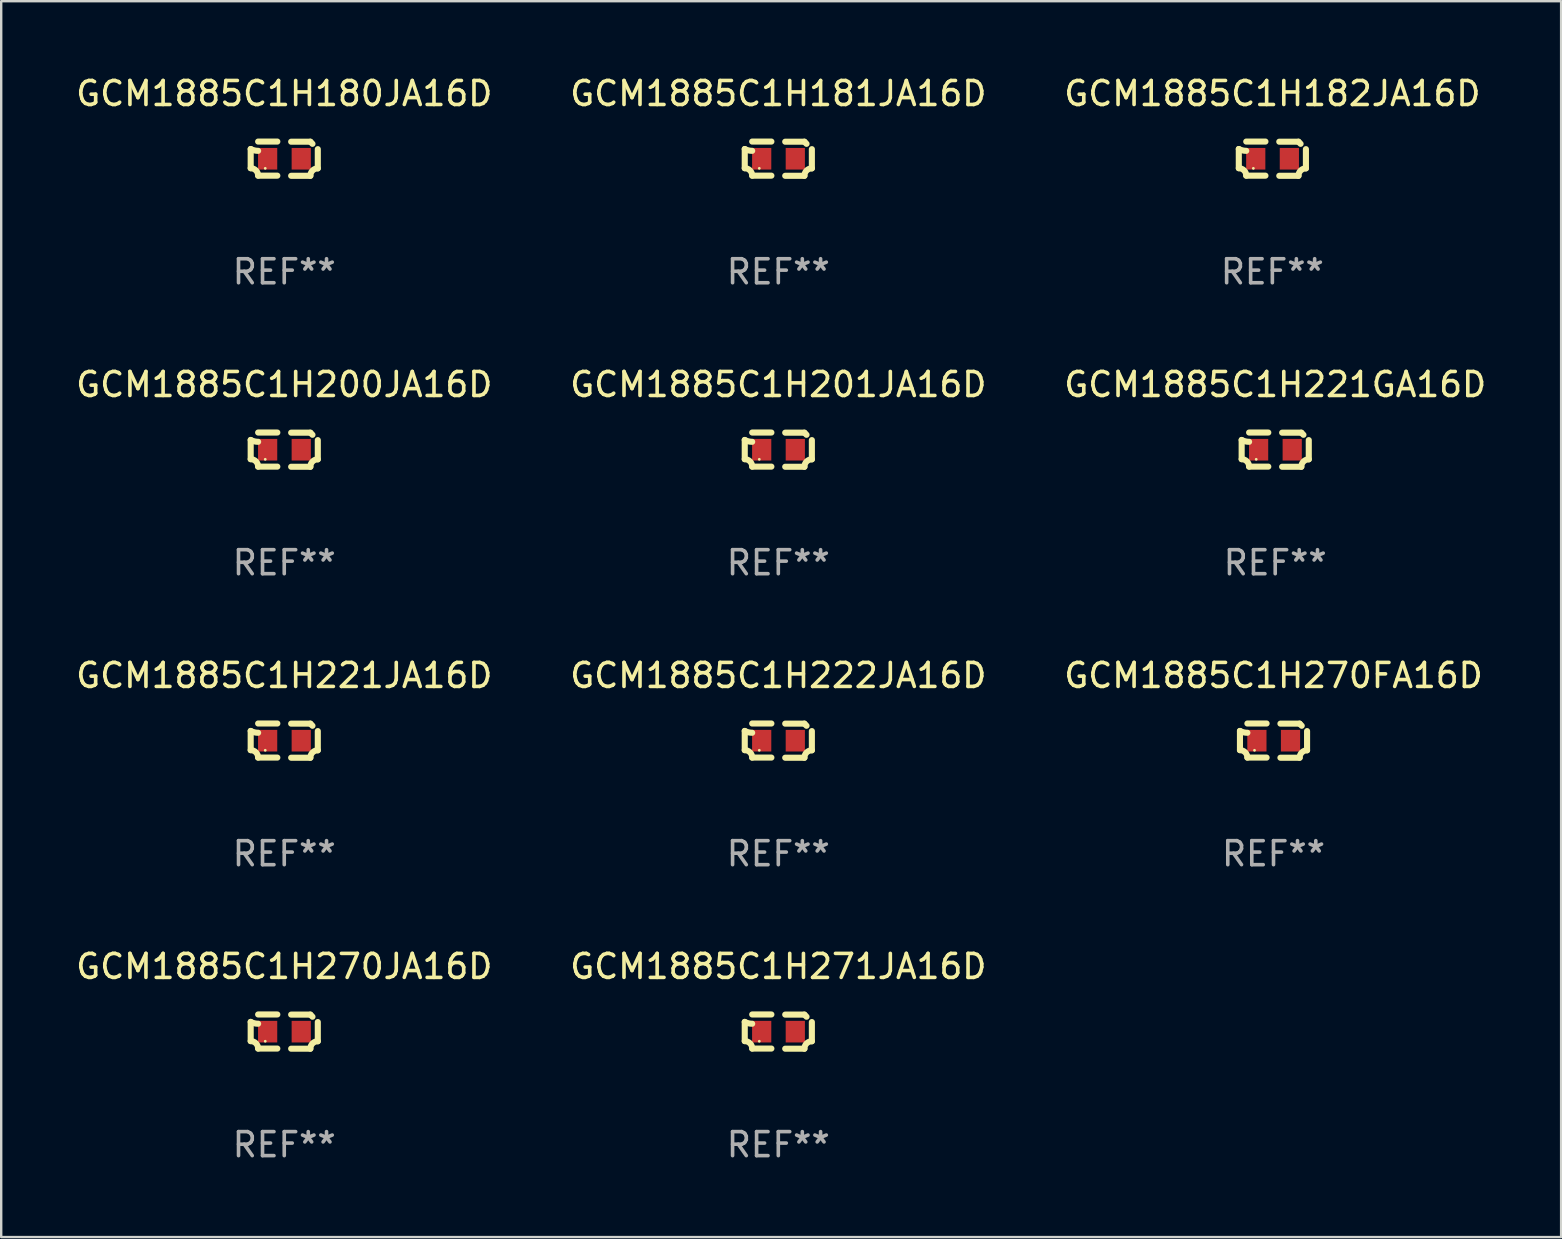
<source format=kicad_pcb>
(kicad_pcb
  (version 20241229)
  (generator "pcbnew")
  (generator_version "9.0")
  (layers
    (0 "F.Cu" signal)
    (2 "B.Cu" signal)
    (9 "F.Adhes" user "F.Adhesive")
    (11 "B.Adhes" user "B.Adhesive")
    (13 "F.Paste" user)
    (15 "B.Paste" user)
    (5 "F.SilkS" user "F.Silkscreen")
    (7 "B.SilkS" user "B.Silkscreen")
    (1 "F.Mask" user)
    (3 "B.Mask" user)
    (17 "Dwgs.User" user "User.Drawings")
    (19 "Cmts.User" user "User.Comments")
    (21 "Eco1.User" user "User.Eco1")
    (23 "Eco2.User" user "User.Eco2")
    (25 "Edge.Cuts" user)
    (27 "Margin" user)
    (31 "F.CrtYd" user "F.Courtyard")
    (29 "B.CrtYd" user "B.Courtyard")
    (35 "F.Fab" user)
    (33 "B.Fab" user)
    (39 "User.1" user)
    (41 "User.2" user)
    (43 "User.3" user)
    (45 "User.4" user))
  (footprint "GCM1885C1H270JA16D"
    (layer "F.Cu")
    (at 8.792 39.927)
    (property "Reference" "GCM1885C1H270JA16D" (at 0 -2.713 0) (layer "F.SilkS") (effects (font (size 1 1) (thickness 0.15))))
    (attr through_hole)
    (fp_line (start -1.398 -0.403) (end -1.398 0.397) (stroke (width 0.254) (type solid)) (layer "F.SilkS"))
    (fp_line (start -0.288 -0.713) (end -1.088 -0.713) (stroke (width 0.254) (type solid)) (layer "F.SilkS"))
    (fp_line (start -0.288 0.707) (end -1.088 0.707) (stroke (width 0.254) (type solid)) (layer "F.SilkS"))
    (fp_line (start 0.288 -0.707) (end 1.088 -0.707) (stroke (width 0.254) (type solid)) (layer "F.SilkS"))
    (fp_line (start 0.288 0.713) (end 1.088 0.713) (stroke (width 0.254) (type solid)) (layer "F.SilkS"))
    (fp_line (start 1.398 -0.397) (end 1.398 0.403) (stroke (width 0.254) (type solid)) (layer "F.SilkS"))
    (fp_arc (start -1.397789 0.397066) (mid -1.178701 0.487826) (end -1.08796 0.706922) (stroke (width 0.254001) (type solid)) (layer "F.SilkS"))
    (fp_arc (start -1.08796 -0.327176) (mid -1.247436 -0.346384) (end -1.39779 -0.402908) (stroke (width 0.254001) (type solid)) (layer "F.SilkS"))
    (fp_arc (start 1.087909 0.712738) (mid 1.178656 0.493655) (end 1.397739 0.402908) (stroke (width 0.254001) (type solid)) (layer "F.SilkS"))
    (fp_arc (start 1.175925 -0.618926) (mid 1.131917 -0.662923) (end 1.08791 -0.706922) (stroke (width 0.254001) (type solid)) (layer "F.SilkS"))
    (fp_circle (center -0.792 0.403) (end -0.762 0.403) (stroke (width 0.06) (type solid)) (fill no) (layer "F.SilkS"))
    (fp_text user "REF**" (at 0 4.713 0) (layer "F.Fab") (effects (font (size 1 1) (thickness 0.15))))
    (pad "1" smd rect (at -0.692 0.003) (size 0.8 0.9) (layers "F.Cu" "F.Mask" "F.Paste"))
    (pad "2" smd rect (at 0.708 0.003) (size 0.8 0.9) (layers "F.Cu" "F.Mask" "F.Paste")))
  (footprint "GCM1885C1H200JA16D"
    (layer "F.Cu")
    (at 8.792 15.683)
    (property "Reference" "GCM1885C1H200JA16D" (at 0 -2.713 0) (layer "F.SilkS") (effects (font (size 1 1) (thickness 0.15))))
    (attr through_hole)
    (fp_line (start -1.398 -0.403) (end -1.398 0.397) (stroke (width 0.254) (type solid)) (layer "F.SilkS"))
    (fp_line (start -0.288 -0.713) (end -1.088 -0.713) (stroke (width 0.254) (type solid)) (layer "F.SilkS"))
    (fp_line (start -0.288 0.707) (end -1.088 0.707) (stroke (width 0.254) (type solid)) (layer "F.SilkS"))
    (fp_line (start 0.288 -0.707) (end 1.088 -0.707) (stroke (width 0.254) (type solid)) (layer "F.SilkS"))
    (fp_line (start 0.288 0.713) (end 1.088 0.713) (stroke (width 0.254) (type solid)) (layer "F.SilkS"))
    (fp_line (start 1.398 -0.397) (end 1.398 0.403) (stroke (width 0.254) (type solid)) (layer "F.SilkS"))
    (fp_arc (start -1.397789 0.397066) (mid -1.178701 0.487826) (end -1.08796 0.706922) (stroke (width 0.254001) (type solid)) (layer "F.SilkS"))
    (fp_arc (start -1.08796 -0.327176) (mid -1.247436 -0.346384) (end -1.39779 -0.402908) (stroke (width 0.254001) (type solid)) (layer "F.SilkS"))
    (fp_arc (start 1.087909 0.712738) (mid 1.178656 0.493655) (end 1.397739 0.402908) (stroke (width 0.254001) (type solid)) (layer "F.SilkS"))
    (fp_arc (start 1.175925 -0.618926) (mid 1.131917 -0.662923) (end 1.08791 -0.706922) (stroke (width 0.254001) (type solid)) (layer "F.SilkS"))
    (fp_circle (center -0.792 0.403) (end -0.762 0.403) (stroke (width 0.06) (type solid)) (fill no) (layer "F.SilkS"))
    (fp_text user "REF**" (at 0 4.713 0) (layer "F.Fab") (effects (font (size 1 1) (thickness 0.15))))
    (pad "1" smd rect (at -0.692 0.003) (size 0.8 0.9) (layers "F.Cu" "F.Mask" "F.Paste"))
    (pad "2" smd rect (at 0.708 0.003) (size 0.8 0.9) (layers "F.Cu" "F.Mask" "F.Paste")))
  (footprint "GCM1885C1H180JA16D"
    (layer "F.Cu")
    (at 8.792 3.561)
    (property "Reference" "GCM1885C1H180JA16D" (at 0 -2.713 0) (layer "F.SilkS") (effects (font (size 1 1) (thickness 0.15))))
    (attr through_hole)
    (fp_line (start -1.398 -0.403) (end -1.398 0.397) (stroke (width 0.254) (type solid)) (layer "F.SilkS"))
    (fp_line (start -0.288 -0.713) (end -1.088 -0.713) (stroke (width 0.254) (type solid)) (layer "F.SilkS"))
    (fp_line (start -0.288 0.707) (end -1.088 0.707) (stroke (width 0.254) (type solid)) (layer "F.SilkS"))
    (fp_line (start 0.288 -0.707) (end 1.088 -0.707) (stroke (width 0.254) (type solid)) (layer "F.SilkS"))
    (fp_line (start 0.288 0.713) (end 1.088 0.713) (stroke (width 0.254) (type solid)) (layer "F.SilkS"))
    (fp_line (start 1.398 -0.397) (end 1.398 0.403) (stroke (width 0.254) (type solid)) (layer "F.SilkS"))
    (fp_arc (start -1.397789 0.397066) (mid -1.178701 0.487826) (end -1.08796 0.706922) (stroke (width 0.254001) (type solid)) (layer "F.SilkS"))
    (fp_arc (start -1.08796 -0.327176) (mid -1.247436 -0.346384) (end -1.39779 -0.402908) (stroke (width 0.254001) (type solid)) (layer "F.SilkS"))
    (fp_arc (start 1.087909 0.712738) (mid 1.178656 0.493655) (end 1.397739 0.402908) (stroke (width 0.254001) (type solid)) (layer "F.SilkS"))
    (fp_arc (start 1.175925 -0.618926) (mid 1.131917 -0.662923) (end 1.08791 -0.706922) (stroke (width 0.254001) (type solid)) (layer "F.SilkS"))
    (fp_circle (center -0.792 0.403) (end -0.762 0.403) (stroke (width 0.06) (type solid)) (fill no) (layer "F.SilkS"))
    (fp_text user "REF**" (at 0 4.713 0) (layer "F.Fab") (effects (font (size 1 1) (thickness 0.15))))
    (pad "1" smd rect (at -0.692 0.003) (size 0.8 0.9) (layers "F.Cu" "F.Mask" "F.Paste"))
    (pad "2" smd rect (at 0.708 0.003) (size 0.8 0.9) (layers "F.Cu" "F.Mask" "F.Paste")))
  (footprint "GCM1885C1H270FA16D"
    (layer "F.Cu")
    (at 50.006 27.805)
    (property "Reference" "GCM1885C1H270FA16D" (at 0 -2.713 0) (layer "F.SilkS") (effects (font (size 1 1) (thickness 0.15))))
    (attr through_hole)
    (fp_line (start -1.398 -0.403) (end -1.398 0.397) (stroke (width 0.254) (type solid)) (layer "F.SilkS"))
    (fp_line (start -0.288 -0.713) (end -1.088 -0.713) (stroke (width 0.254) (type solid)) (layer "F.SilkS"))
    (fp_line (start -0.288 0.707) (end -1.088 0.707) (stroke (width 0.254) (type solid)) (layer "F.SilkS"))
    (fp_line (start 0.288 -0.707) (end 1.088 -0.707) (stroke (width 0.254) (type solid)) (layer "F.SilkS"))
    (fp_line (start 0.288 0.713) (end 1.088 0.713) (stroke (width 0.254) (type solid)) (layer "F.SilkS"))
    (fp_line (start 1.398 -0.397) (end 1.398 0.403) (stroke (width 0.254) (type solid)) (layer "F.SilkS"))
    (fp_arc (start -1.397789 0.397066) (mid -1.178701 0.487826) (end -1.08796 0.706922) (stroke (width 0.254001) (type solid)) (layer "F.SilkS"))
    (fp_arc (start -1.08796 -0.327176) (mid -1.247436 -0.346384) (end -1.39779 -0.402908) (stroke (width 0.254001) (type solid)) (layer "F.SilkS"))
    (fp_arc (start 1.087909 0.712738) (mid 1.178656 0.493655) (end 1.397739 0.402908) (stroke (width 0.254001) (type solid)) (layer "F.SilkS"))
    (fp_arc (start 1.175925 -0.618926) (mid 1.131917 -0.662923) (end 1.08791 -0.706922) (stroke (width 0.254001) (type solid)) (layer "F.SilkS"))
    (fp_circle (center -0.792 0.403) (end -0.762 0.403) (stroke (width 0.06) (type solid)) (fill no) (layer "F.SilkS"))
    (fp_text user "REF**" (at 0 4.713 0) (layer "F.Fab") (effects (font (size 1 1) (thickness 0.15))))
    (pad "1" smd rect (at -0.692 0.003) (size 0.8 0.9) (layers "F.Cu" "F.Mask" "F.Paste"))
    (pad "2" smd rect (at 0.708 0.003) (size 0.8 0.9) (layers "F.Cu" "F.Mask" "F.Paste")))
  (footprint "GCM1885C1H182JA16D"
    (layer "F.Cu")
    (at 49.958 3.561)
    (property "Reference" "GCM1885C1H182JA16D" (at 0 -2.713 0) (layer "F.SilkS") (effects (font (size 1 1) (thickness 0.15))))
    (attr through_hole)
    (fp_line (start -1.398 -0.403) (end -1.398 0.397) (stroke (width 0.254) (type solid)) (layer "F.SilkS"))
    (fp_line (start -0.288 -0.713) (end -1.088 -0.713) (stroke (width 0.254) (type solid)) (layer "F.SilkS"))
    (fp_line (start -0.288 0.707) (end -1.088 0.707) (stroke (width 0.254) (type solid)) (layer "F.SilkS"))
    (fp_line (start 0.288 -0.707) (end 1.088 -0.707) (stroke (width 0.254) (type solid)) (layer "F.SilkS"))
    (fp_line (start 0.288 0.713) (end 1.088 0.713) (stroke (width 0.254) (type solid)) (layer "F.SilkS"))
    (fp_line (start 1.398 -0.397) (end 1.398 0.403) (stroke (width 0.254) (type solid)) (layer "F.SilkS"))
    (fp_arc (start -1.397789 0.397066) (mid -1.178701 0.487826) (end -1.08796 0.706922) (stroke (width 0.254001) (type solid)) (layer "F.SilkS"))
    (fp_arc (start -1.08796 -0.327176) (mid -1.247436 -0.346384) (end -1.39779 -0.402908) (stroke (width 0.254001) (type solid)) (layer "F.SilkS"))
    (fp_arc (start 1.087909 0.712738) (mid 1.178656 0.493655) (end 1.397739 0.402908) (stroke (width 0.254001) (type solid)) (layer "F.SilkS"))
    (fp_arc (start 1.175925 -0.618926) (mid 1.131917 -0.662923) (end 1.08791 -0.706922) (stroke (width 0.254001) (type solid)) (layer "F.SilkS"))
    (fp_circle (center -0.792 0.403) (end -0.762 0.403) (stroke (width 0.06) (type solid)) (fill no) (layer "F.SilkS"))
    (fp_text user "REF**" (at 0 4.713 0) (layer "F.Fab") (effects (font (size 1 1) (thickness 0.15))))
    (pad "1" smd rect (at -0.692 0.003) (size 0.8 0.9) (layers "F.Cu" "F.Mask" "F.Paste"))
    (pad "2" smd rect (at 0.708 0.003) (size 0.8 0.9) (layers "F.Cu" "F.Mask" "F.Paste")))
  (footprint "GCM1885C1H181JA16D"
    (layer "F.Cu")
    (at 29.375 3.561)
    (property "Reference" "GCM1885C1H181JA16D" (at 0 -2.713 0) (layer "F.SilkS") (effects (font (size 1 1) (thickness 0.15))))
    (attr through_hole)
    (fp_line (start -1.398 -0.403) (end -1.398 0.397) (stroke (width 0.254) (type solid)) (layer "F.SilkS"))
    (fp_line (start -0.288 -0.713) (end -1.088 -0.713) (stroke (width 0.254) (type solid)) (layer "F.SilkS"))
    (fp_line (start -0.288 0.707) (end -1.088 0.707) (stroke (width 0.254) (type solid)) (layer "F.SilkS"))
    (fp_line (start 0.288 -0.707) (end 1.088 -0.707) (stroke (width 0.254) (type solid)) (layer "F.SilkS"))
    (fp_line (start 0.288 0.713) (end 1.088 0.713) (stroke (width 0.254) (type solid)) (layer "F.SilkS"))
    (fp_line (start 1.398 -0.397) (end 1.398 0.403) (stroke (width 0.254) (type solid)) (layer "F.SilkS"))
    (fp_arc (start -1.397789 0.397066) (mid -1.178701 0.487826) (end -1.08796 0.706922) (stroke (width 0.254001) (type solid)) (layer "F.SilkS"))
    (fp_arc (start -1.08796 -0.327176) (mid -1.247436 -0.346384) (end -1.39779 -0.402908) (stroke (width 0.254001) (type solid)) (layer "F.SilkS"))
    (fp_arc (start 1.087909 0.712738) (mid 1.178656 0.493655) (end 1.397739 0.402908) (stroke (width 0.254001) (type solid)) (layer "F.SilkS"))
    (fp_arc (start 1.175925 -0.618926) (mid 1.131917 -0.662923) (end 1.08791 -0.706922) (stroke (width 0.254001) (type solid)) (layer "F.SilkS"))
    (fp_circle (center -0.792 0.403) (end -0.762 0.403) (stroke (width 0.06) (type solid)) (fill no) (layer "F.SilkS"))
    (fp_text user "REF**" (at 0 4.713 0) (layer "F.Fab") (effects (font (size 1 1) (thickness 0.15))))
    (pad "1" smd rect (at -0.692 0.003) (size 0.8 0.9) (layers "F.Cu" "F.Mask" "F.Paste"))
    (pad "2" smd rect (at 0.708 0.003) (size 0.8 0.9) (layers "F.Cu" "F.Mask" "F.Paste")))
  (footprint "GCM1885C1H221JA16D"
    (layer "F.Cu")
    (at 8.792 27.805)
    (property "Reference" "GCM1885C1H221JA16D" (at 0 -2.713 0) (layer "F.SilkS") (effects (font (size 1 1) (thickness 0.15))))
    (attr through_hole)
    (fp_line (start -1.398 -0.403) (end -1.398 0.397) (stroke (width 0.254) (type solid)) (layer "F.SilkS"))
    (fp_line (start -0.288 -0.713) (end -1.088 -0.713) (stroke (width 0.254) (type solid)) (layer "F.SilkS"))
    (fp_line (start -0.288 0.707) (end -1.088 0.707) (stroke (width 0.254) (type solid)) (layer "F.SilkS"))
    (fp_line (start 0.288 -0.707) (end 1.088 -0.707) (stroke (width 0.254) (type solid)) (layer "F.SilkS"))
    (fp_line (start 0.288 0.713) (end 1.088 0.713) (stroke (width 0.254) (type solid)) (layer "F.SilkS"))
    (fp_line (start 1.398 -0.397) (end 1.398 0.403) (stroke (width 0.254) (type solid)) (layer "F.SilkS"))
    (fp_arc (start -1.397789 0.397066) (mid -1.178701 0.487826) (end -1.08796 0.706922) (stroke (width 0.254001) (type solid)) (layer "F.SilkS"))
    (fp_arc (start -1.08796 -0.327176) (mid -1.247436 -0.346384) (end -1.39779 -0.402908) (stroke (width 0.254001) (type solid)) (layer "F.SilkS"))
    (fp_arc (start 1.087909 0.712738) (mid 1.178656 0.493655) (end 1.397739 0.402908) (stroke (width 0.254001) (type solid)) (layer "F.SilkS"))
    (fp_arc (start 1.175925 -0.618926) (mid 1.131917 -0.662923) (end 1.08791 -0.706922) (stroke (width 0.254001) (type solid)) (layer "F.SilkS"))
    (fp_circle (center -0.792 0.403) (end -0.762 0.403) (stroke (width 0.06) (type solid)) (fill no) (layer "F.SilkS"))
    (fp_text user "REF**" (at 0 4.713 0) (layer "F.Fab") (effects (font (size 1 1) (thickness 0.15))))
    (pad "1" smd rect (at -0.692 0.003) (size 0.8 0.9) (layers "F.Cu" "F.Mask" "F.Paste"))
    (pad "2" smd rect (at 0.708 0.003) (size 0.8 0.9) (layers "F.Cu" "F.Mask" "F.Paste")))
  (footprint "GCM1885C1H221GA16D"
    (layer "F.Cu")
    (at 50.077 15.683)
    (property "Reference" "GCM1885C1H221GA16D" (at 0 -2.713 0) (layer "F.SilkS") (effects (font (size 1 1) (thickness 0.15))))
    (attr through_hole)
    (fp_line (start -1.398 -0.403) (end -1.398 0.397) (stroke (width 0.254) (type solid)) (layer "F.SilkS"))
    (fp_line (start -0.288 -0.713) (end -1.088 -0.713) (stroke (width 0.254) (type solid)) (layer "F.SilkS"))
    (fp_line (start -0.288 0.707) (end -1.088 0.707) (stroke (width 0.254) (type solid)) (layer "F.SilkS"))
    (fp_line (start 0.288 -0.707) (end 1.088 -0.707) (stroke (width 0.254) (type solid)) (layer "F.SilkS"))
    (fp_line (start 0.288 0.713) (end 1.088 0.713) (stroke (width 0.254) (type solid)) (layer "F.SilkS"))
    (fp_line (start 1.398 -0.397) (end 1.398 0.403) (stroke (width 0.254) (type solid)) (layer "F.SilkS"))
    (fp_arc (start -1.397789 0.397066) (mid -1.178701 0.487826) (end -1.08796 0.706922) (stroke (width 0.254001) (type solid)) (layer "F.SilkS"))
    (fp_arc (start -1.08796 -0.327176) (mid -1.247436 -0.346384) (end -1.39779 -0.402908) (stroke (width 0.254001) (type solid)) (layer "F.SilkS"))
    (fp_arc (start 1.087909 0.712738) (mid 1.178656 0.493655) (end 1.397739 0.402908) (stroke (width 0.254001) (type solid)) (layer "F.SilkS"))
    (fp_arc (start 1.175925 -0.618926) (mid 1.131917 -0.662923) (end 1.08791 -0.706922) (stroke (width 0.254001) (type solid)) (layer "F.SilkS"))
    (fp_circle (center -0.792 0.403) (end -0.762 0.403) (stroke (width 0.06) (type solid)) (fill no) (layer "F.SilkS"))
    (fp_text user "REF**" (at 0 4.713 0) (layer "F.Fab") (effects (font (size 1 1) (thickness 0.15))))
    (pad "1" smd rect (at -0.692 0.003) (size 0.8 0.9) (layers "F.Cu" "F.Mask" "F.Paste"))
    (pad "2" smd rect (at 0.708 0.003) (size 0.8 0.9) (layers "F.Cu" "F.Mask" "F.Paste")))
  (footprint "GCM1885C1H271JA16D"
    (layer "F.Cu")
    (at 29.375 39.927)
    (property "Reference" "GCM1885C1H271JA16D" (at 0 -2.713 0) (layer "F.SilkS") (effects (font (size 1 1) (thickness 0.15))))
    (attr through_hole)
    (fp_line (start -1.398 -0.403) (end -1.398 0.397) (stroke (width 0.254) (type solid)) (layer "F.SilkS"))
    (fp_line (start -0.288 -0.713) (end -1.088 -0.713) (stroke (width 0.254) (type solid)) (layer "F.SilkS"))
    (fp_line (start -0.288 0.707) (end -1.088 0.707) (stroke (width 0.254) (type solid)) (layer "F.SilkS"))
    (fp_line (start 0.288 -0.707) (end 1.088 -0.707) (stroke (width 0.254) (type solid)) (layer "F.SilkS"))
    (fp_line (start 0.288 0.713) (end 1.088 0.713) (stroke (width 0.254) (type solid)) (layer "F.SilkS"))
    (fp_line (start 1.398 -0.397) (end 1.398 0.403) (stroke (width 0.254) (type solid)) (layer "F.SilkS"))
    (fp_arc (start -1.397789 0.397066) (mid -1.178701 0.487826) (end -1.08796 0.706922) (stroke (width 0.254001) (type solid)) (layer "F.SilkS"))
    (fp_arc (start -1.08796 -0.327176) (mid -1.247436 -0.346384) (end -1.39779 -0.402908) (stroke (width 0.254001) (type solid)) (layer "F.SilkS"))
    (fp_arc (start 1.087909 0.712738) (mid 1.178656 0.493655) (end 1.397739 0.402908) (stroke (width 0.254001) (type solid)) (layer "F.SilkS"))
    (fp_arc (start 1.175925 -0.618926) (mid 1.131917 -0.662923) (end 1.08791 -0.706922) (stroke (width 0.254001) (type solid)) (layer "F.SilkS"))
    (fp_circle (center -0.792 0.403) (end -0.762 0.403) (stroke (width 0.06) (type solid)) (fill no) (layer "F.SilkS"))
    (fp_text user "REF**" (at 0 4.713 0) (layer "F.Fab") (effects (font (size 1 1) (thickness 0.15))))
    (pad "1" smd rect (at -0.692 0.003) (size 0.8 0.9) (layers "F.Cu" "F.Mask" "F.Paste"))
    (pad "2" smd rect (at 0.708 0.003) (size 0.8 0.9) (layers "F.Cu" "F.Mask" "F.Paste")))
  (footprint "GCM1885C1H222JA16D"
    (layer "F.Cu")
    (at 29.375 27.805)
    (property "Reference" "GCM1885C1H222JA16D" (at 0 -2.713 0) (layer "F.SilkS") (effects (font (size 1 1) (thickness 0.15))))
    (attr through_hole)
    (fp_line (start -1.398 -0.403) (end -1.398 0.397) (stroke (width 0.254) (type solid)) (layer "F.SilkS"))
    (fp_line (start -0.288 -0.713) (end -1.088 -0.713) (stroke (width 0.254) (type solid)) (layer "F.SilkS"))
    (fp_line (start -0.288 0.707) (end -1.088 0.707) (stroke (width 0.254) (type solid)) (layer "F.SilkS"))
    (fp_line (start 0.288 -0.707) (end 1.088 -0.707) (stroke (width 0.254) (type solid)) (layer "F.SilkS"))
    (fp_line (start 0.288 0.713) (end 1.088 0.713) (stroke (width 0.254) (type solid)) (layer "F.SilkS"))
    (fp_line (start 1.398 -0.397) (end 1.398 0.403) (stroke (width 0.254) (type solid)) (layer "F.SilkS"))
    (fp_arc (start -1.397789 0.397066) (mid -1.178701 0.487826) (end -1.08796 0.706922) (stroke (width 0.254001) (type solid)) (layer "F.SilkS"))
    (fp_arc (start -1.08796 -0.327176) (mid -1.247436 -0.346384) (end -1.39779 -0.402908) (stroke (width 0.254001) (type solid)) (layer "F.SilkS"))
    (fp_arc (start 1.087909 0.712738) (mid 1.178656 0.493655) (end 1.397739 0.402908) (stroke (width 0.254001) (type solid)) (layer "F.SilkS"))
    (fp_arc (start 1.175925 -0.618926) (mid 1.131917 -0.662923) (end 1.08791 -0.706922) (stroke (width 0.254001) (type solid)) (layer "F.SilkS"))
    (fp_circle (center -0.792 0.403) (end -0.762 0.403) (stroke (width 0.06) (type solid)) (fill no) (layer "F.SilkS"))
    (fp_text user "REF**" (at 0 4.713 0) (layer "F.Fab") (effects (font (size 1 1) (thickness 0.15))))
    (pad "1" smd rect (at -0.692 0.003) (size 0.8 0.9) (layers "F.Cu" "F.Mask" "F.Paste"))
    (pad "2" smd rect (at 0.708 0.003) (size 0.8 0.9) (layers "F.Cu" "F.Mask" "F.Paste")))
  (footprint "GCM1885C1H201JA16D"
    (layer "F.Cu")
    (at 29.375 15.683)
    (property "Reference" "GCM1885C1H201JA16D" (at 0 -2.713 0) (layer "F.SilkS") (effects (font (size 1 1) (thickness 0.15))))
    (attr through_hole)
    (fp_line (start -1.398 -0.403) (end -1.398 0.397) (stroke (width 0.254) (type solid)) (layer "F.SilkS"))
    (fp_line (start -0.288 -0.713) (end -1.088 -0.713) (stroke (width 0.254) (type solid)) (layer "F.SilkS"))
    (fp_line (start -0.288 0.707) (end -1.088 0.707) (stroke (width 0.254) (type solid)) (layer "F.SilkS"))
    (fp_line (start 0.288 -0.707) (end 1.088 -0.707) (stroke (width 0.254) (type solid)) (layer "F.SilkS"))
    (fp_line (start 0.288 0.713) (end 1.088 0.713) (stroke (width 0.254) (type solid)) (layer "F.SilkS"))
    (fp_line (start 1.398 -0.397) (end 1.398 0.403) (stroke (width 0.254) (type solid)) (layer "F.SilkS"))
    (fp_arc (start -1.397789 0.397066) (mid -1.178701 0.487826) (end -1.08796 0.706922) (stroke (width 0.254001) (type solid)) (layer "F.SilkS"))
    (fp_arc (start -1.08796 -0.327176) (mid -1.247436 -0.346384) (end -1.39779 -0.402908) (stroke (width 0.254001) (type solid)) (layer "F.SilkS"))
    (fp_arc (start 1.087909 0.712738) (mid 1.178656 0.493655) (end 1.397739 0.402908) (stroke (width 0.254001) (type solid)) (layer "F.SilkS"))
    (fp_arc (start 1.175925 -0.618926) (mid 1.131917 -0.662923) (end 1.08791 -0.706922) (stroke (width 0.254001) (type solid)) (layer "F.SilkS"))
    (fp_circle (center -0.792 0.403) (end -0.762 0.403) (stroke (width 0.06) (type solid)) (fill no) (layer "F.SilkS"))
    (fp_text user "REF**" (at 0 4.713 0) (layer "F.Fab") (effects (font (size 1 1) (thickness 0.15))))
    (pad "1" smd rect (at -0.692 0.003) (size 0.8 0.9) (layers "F.Cu" "F.Mask" "F.Paste"))
    (pad "2" smd rect (at 0.708 0.003) (size 0.8 0.9) (layers "F.Cu" "F.Mask" "F.Paste")))
  (gr_rect
    (start -3 -3)
    (end 61.988 48.488)
    (stroke (width 0.1) (type default))
    (fill no)
    (layer "Edge.Cuts")))
</source>
